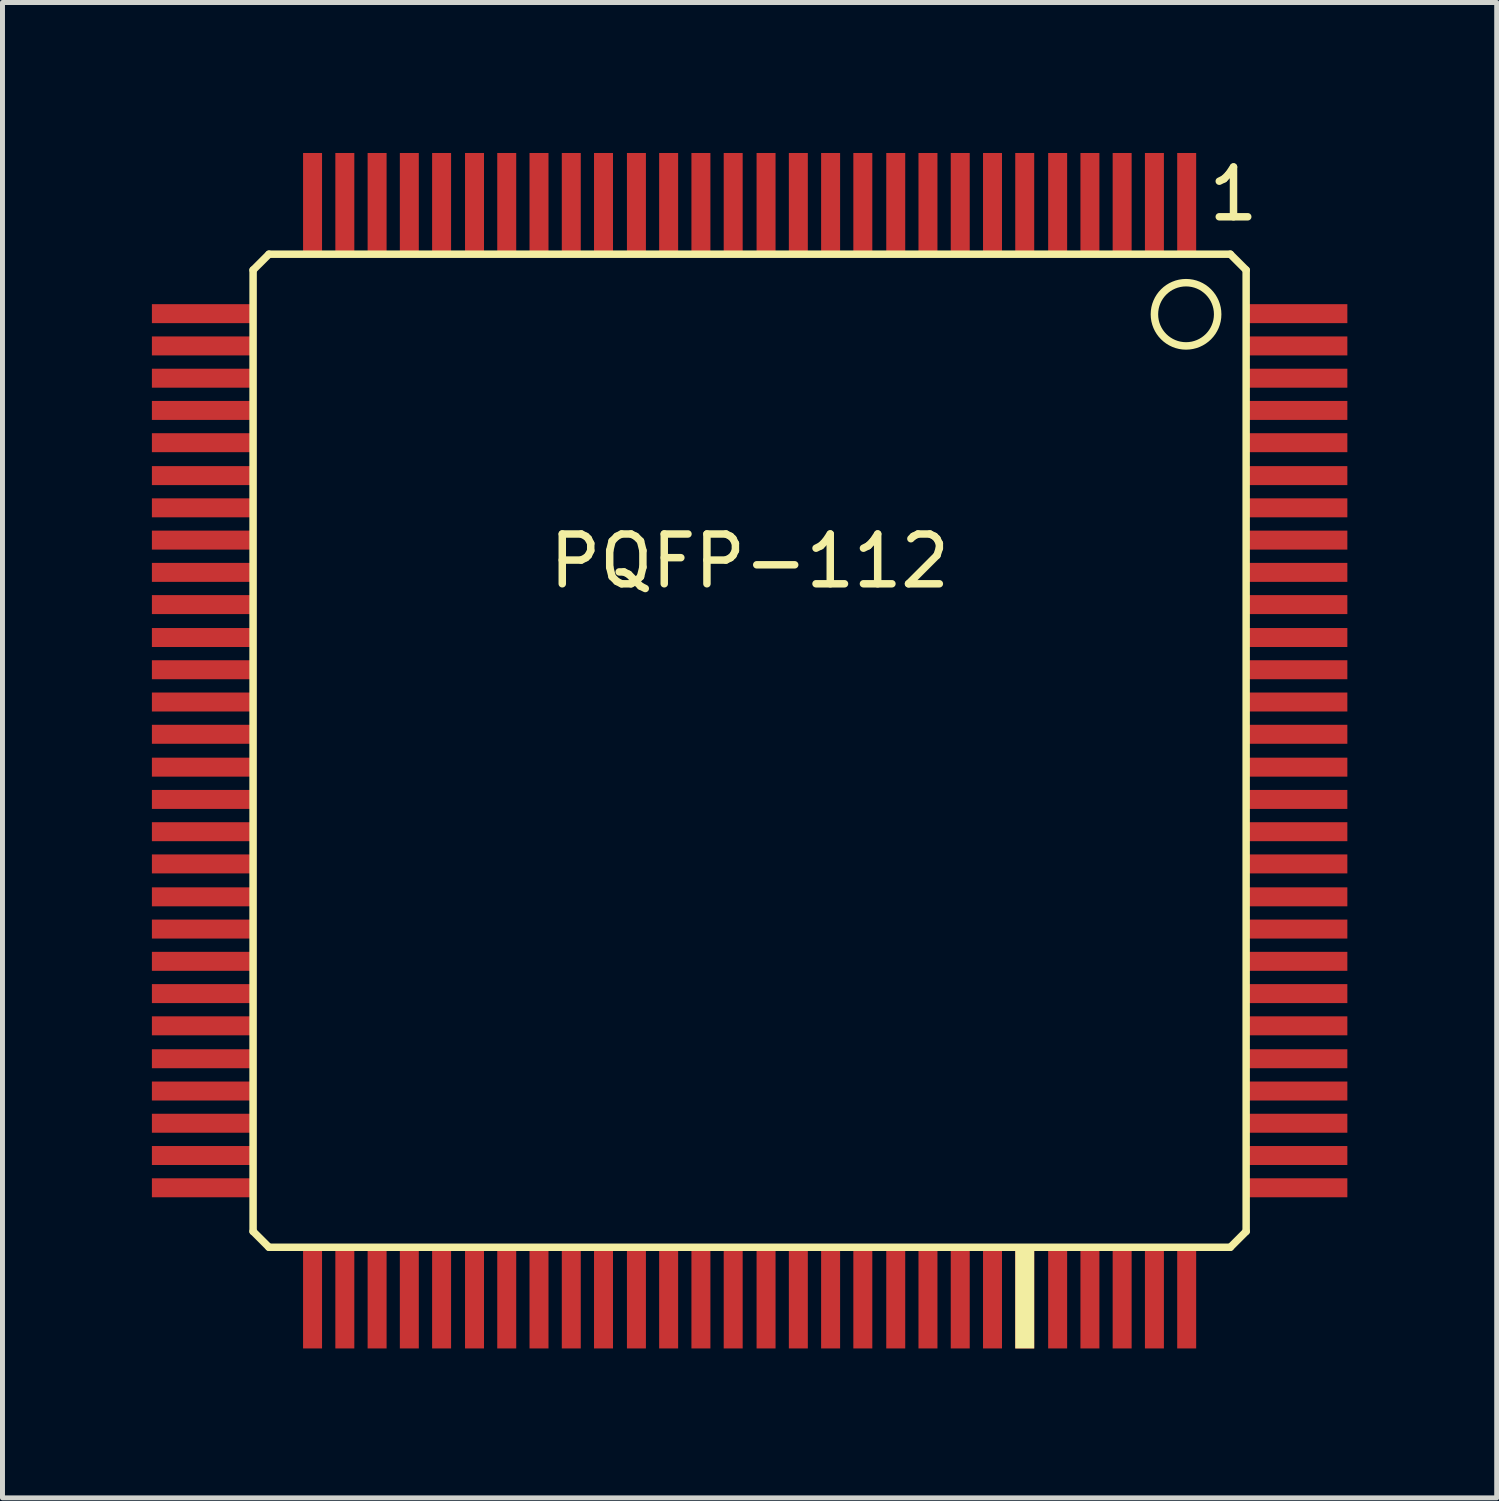
<source format=kicad_pcb>
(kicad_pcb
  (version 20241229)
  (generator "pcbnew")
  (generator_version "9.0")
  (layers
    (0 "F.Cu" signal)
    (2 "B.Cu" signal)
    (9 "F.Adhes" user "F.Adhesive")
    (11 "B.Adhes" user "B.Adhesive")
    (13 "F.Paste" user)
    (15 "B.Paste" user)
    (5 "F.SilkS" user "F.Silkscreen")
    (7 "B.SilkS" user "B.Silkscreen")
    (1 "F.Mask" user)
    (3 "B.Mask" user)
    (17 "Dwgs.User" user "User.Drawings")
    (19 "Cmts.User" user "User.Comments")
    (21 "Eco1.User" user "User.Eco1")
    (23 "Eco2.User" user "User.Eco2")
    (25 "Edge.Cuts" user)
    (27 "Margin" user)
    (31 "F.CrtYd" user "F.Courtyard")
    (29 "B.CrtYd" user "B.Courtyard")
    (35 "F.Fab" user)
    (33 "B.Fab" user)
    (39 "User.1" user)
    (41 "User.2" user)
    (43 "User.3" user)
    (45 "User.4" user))
  (footprint "PQFP-112"
    (layer "F.Cu")
    (at 12.002 12.024)
    (property "Reference" "PQFP-112" (at 0 -3.807 0) (layer "F.SilkS") (effects (font (size 1 1) (thickness 0.15))))
    (attr through_hole)
    (fp_line (start -9.97 -9.652) (end -9.97 9.652) (stroke (width 0.15) (type solid)) (layer "F.SilkS"))
    (fp_line (start -9.97 -9.652) (end -9.652 -9.97) (stroke (width 0.15) (type solid)) (layer "F.SilkS"))
    (fp_line (start -9.97 9.652) (end -9.652 9.97) (stroke (width 0.15) (type solid)) (layer "F.SilkS"))
    (fp_line (start -9.652 -9.97) (end 9.652 -9.97) (stroke (width 0.15) (type solid)) (layer "F.SilkS"))
    (fp_line (start 9.652 9.97) (end -9.652 9.97) (stroke (width 0.15) (type solid)) (layer "F.SilkS"))
    (fp_line (start 9.97 -9.652) (end 9.652 -9.97) (stroke (width 0.15) (type solid)) (layer "F.SilkS"))
    (fp_line (start 9.97 9.652) (end 9.652 9.97) (stroke (width 0.15) (type solid)) (layer "F.SilkS"))
    (fp_line (start 9.97 9.652) (end 9.97 -9.652) (stroke (width 0.15) (type solid)) (layer "F.SilkS"))
    (fp_circle (center 8.763 -8.763) (end 8.763 -8.128) (stroke (width 0.15) (type solid)) (fill no) (layer "F.SilkS"))
    (fp_text user "1" (at 9.716 -11.176 0) (layer "F.SilkS") (effects (font (size 1 1) (thickness 0.15))))
    (pad "1" smd rect (at 8.776 -10.986 90) (size 2.032 0.381) (layers "F.Cu" "F.Mask" "F.Paste"))
    (pad "2" smd rect (at 8.128 -10.986 90) (size 2.032 0.381) (layers "F.Cu" "F.Mask" "F.Paste"))
    (pad "3" smd rect (at 7.48 -10.986 90) (size 2.032 0.381) (layers "F.Cu" "F.Mask" "F.Paste"))
    (pad "4" smd rect (at 6.833 -10.986 90) (size 2.032 0.381) (layers "F.Cu" "F.Mask" "F.Paste"))
    (pad "5" smd rect (at 6.185 -10.986 90) (size 2.032 0.381) (layers "F.Cu" "F.Mask" "F.Paste"))
    (pad "6" smd rect (at 5.524 -10.986 90) (size 2.032 0.381) (layers "F.Cu" "F.Mask" "F.Paste"))
    (pad "7" smd rect (at 4.877 -10.986 90) (size 2.032 0.381) (layers "F.Cu" "F.Mask" "F.Paste"))
    (pad "8" smd rect (at 4.229 -10.986 90) (size 2.032 0.381) (layers "F.Cu" "F.Mask" "F.Paste"))
    (pad "9" smd rect (at 3.581 -10.986 90) (size 2.032 0.381) (layers "F.Cu" "F.Mask" "F.Paste"))
    (pad "10" smd rect (at 2.934 -10.986 90) (size 2.032 0.381) (layers "F.Cu" "F.Mask" "F.Paste"))
    (pad "11" smd rect (at 2.273 -10.986 90) (size 2.032 0.381) (layers "F.Cu" "F.Mask" "F.Paste"))
    (pad "12" smd rect (at 1.626 -10.986 90) (size 2.032 0.381) (layers "F.Cu" "F.Mask" "F.Paste"))
    (pad "13" smd rect (at 0.978 -10.986 90) (size 2.032 0.381) (layers "F.Cu" "F.Mask" "F.Paste"))
    (pad "14" smd rect (at 0.33 -10.986 90) (size 2.032 0.381) (layers "F.Cu" "F.Mask" "F.Paste"))
    (pad "15" smd rect (at -0.33 -10.986 90) (size 2.032 0.381) (layers "F.Cu" "F.Mask" "F.Paste"))
    (pad "16" smd rect (at -0.978 -10.986 90) (size 2.032 0.381) (layers "F.Cu" "F.Mask" "F.Paste"))
    (pad "17" smd rect (at -1.626 -10.986 90) (size 2.032 0.381) (layers "F.Cu" "F.Mask" "F.Paste"))
    (pad "18" smd rect (at -2.273 -10.986 90) (size 2.032 0.381) (layers "F.Cu" "F.Mask" "F.Paste"))
    (pad "19" smd rect (at -2.934 -10.986 90) (size 2.032 0.381) (layers "F.Cu" "F.Mask" "F.Paste"))
    (pad "20" smd rect (at -3.581 -10.986 90) (size 2.032 0.381) (layers "F.Cu" "F.Mask" "F.Paste"))
    (pad "21" smd rect (at -4.229 -10.986 90) (size 2.032 0.381) (layers "F.Cu" "F.Mask" "F.Paste"))
    (pad "22" smd rect (at -4.877 -10.986 90) (size 2.032 0.381) (layers "F.Cu" "F.Mask" "F.Paste"))
    (pad "23" smd rect (at -5.524 -10.986 90) (size 2.032 0.381) (layers "F.Cu" "F.Mask" "F.Paste"))
    (pad "24" smd rect (at -6.185 -10.986 90) (size 2.032 0.381) (layers "F.Cu" "F.Mask" "F.Paste"))
    (pad "25" smd rect (at -6.833 -10.986 90) (size 2.032 0.381) (layers "F.Cu" "F.Mask" "F.Paste"))
    (pad "26" smd rect (at -7.48 -10.986 90) (size 2.032 0.381) (layers "F.Cu" "F.Mask" "F.Paste"))
    (pad "27" smd rect (at -8.128 -10.986 90) (size 2.032 0.381) (layers "F.Cu" "F.Mask" "F.Paste"))
    (pad "28" smd rect (at -8.776 -10.986 90) (size 2.032 0.381) (layers "F.Cu" "F.Mask" "F.Paste"))
    (pad "29" smd rect (at -10.986 -8.776) (size 2.032 0.381) (layers "F.Cu" "F.Mask" "F.Paste"))
    (pad "30" smd rect (at -10.986 -8.128) (size 2.032 0.381) (layers "F.Cu" "F.Mask" "F.Paste"))
    (pad "31" smd rect (at -10.986 -7.48) (size 2.032 0.381) (layers "F.Cu" "F.Mask" "F.Paste"))
    (pad "32" smd rect (at -10.986 -6.833) (size 2.032 0.381) (layers "F.Cu" "F.Mask" "F.Paste"))
    (pad "33" smd rect (at -10.986 -6.185) (size 2.032 0.381) (layers "F.Cu" "F.Mask" "F.Paste"))
    (pad "34" smd rect (at -10.986 -5.524) (size 2.032 0.381) (layers "F.Cu" "F.Mask" "F.Paste"))
    (pad "35" smd rect (at -10.986 -4.877) (size 2.032 0.381) (layers "F.Cu" "F.Mask" "F.Paste"))
    (pad "36" smd rect (at -10.986 -4.229) (size 2.032 0.381) (layers "F.Cu" "F.Mask" "F.Paste"))
    (pad "37" smd rect (at -10.986 -3.581) (size 2.032 0.381) (layers "F.Cu" "F.Mask" "F.Paste"))
    (pad "38" smd rect (at -10.986 -2.934) (size 2.032 0.381) (layers "F.Cu" "F.Mask" "F.Paste"))
    (pad "39" smd rect (at -10.986 -2.273) (size 2.032 0.381) (layers "F.Cu" "F.Mask" "F.Paste"))
    (pad "40" smd rect (at -10.986 -1.626) (size 2.032 0.381) (layers "F.Cu" "F.Mask" "F.Paste"))
    (pad "41" smd rect (at -10.986 -0.978) (size 2.032 0.381) (layers "F.Cu" "F.Mask" "F.Paste"))
    (pad "42" smd rect (at -10.986 -0.33) (size 2.032 0.381) (layers "F.Cu" "F.Mask" "F.Paste"))
    (pad "43" smd rect (at -10.986 0.33) (size 2.032 0.381) (layers "F.Cu" "F.Mask" "F.Paste"))
    (pad "44" smd rect (at -10.986 0.978) (size 2.032 0.381) (layers "F.Cu" "F.Mask" "F.Paste"))
    (pad "45" smd rect (at -10.986 1.626) (size 2.032 0.381) (layers "F.Cu" "F.Mask" "F.Paste"))
    (pad "46" smd rect (at -10.986 2.273) (size 2.032 0.381) (layers "F.Cu" "F.Mask" "F.Paste"))
    (pad "47" smd rect (at -10.986 2.934) (size 2.032 0.381) (layers "F.Cu" "F.Mask" "F.Paste"))
    (pad "48" smd rect (at -10.986 3.581) (size 2.032 0.381) (layers "F.Cu" "F.Mask" "F.Paste"))
    (pad "49" smd rect (at -10.986 4.229) (size 2.032 0.381) (layers "F.Cu" "F.Mask" "F.Paste"))
    (pad "50" smd rect (at -10.986 4.877) (size 2.032 0.381) (layers "F.Cu" "F.Mask" "F.Paste"))
    (pad "51" smd rect (at -10.986 5.524) (size 2.032 0.381) (layers "F.Cu" "F.Mask" "F.Paste"))
    (pad "52" smd rect (at -10.986 6.185) (size 2.032 0.381) (layers "F.Cu" "F.Mask" "F.Paste"))
    (pad "53" smd rect (at -10.986 6.833) (size 2.032 0.381) (layers "F.Cu" "F.Mask" "F.Paste"))
    (pad "54" smd rect (at -10.986 7.48) (size 2.032 0.381) (layers "F.Cu" "F.Mask" "F.Paste"))
    (pad "55" smd rect (at -10.986 8.128) (size 2.032 0.381) (layers "F.Cu" "F.Mask" "F.Paste"))
    (pad "56" smd rect (at -10.986 8.776) (size 2.032 0.381) (layers "F.Cu" "F.Mask" "F.Paste"))
    (pad "57" smd rect (at -8.776 10.986 90) (size 2.032 0.381) (layers "F.Cu" "F.Mask" "F.Paste"))
    (pad "58" smd rect (at -8.128 10.986 90) (size 2.032 0.381) (layers "F.Cu" "F.Mask" "F.Paste"))
    (pad "59" smd rect (at -7.48 10.986 90) (size 2.032 0.381) (layers "F.Cu" "F.Mask" "F.Paste"))
    (pad "60" smd rect (at -6.833 10.986 90) (size 2.032 0.381) (layers "F.Cu" "F.Mask" "F.Paste"))
    (pad "61" smd rect (at -6.185 10.986 90) (size 2.032 0.381) (layers "F.Cu" "F.Mask" "F.Paste"))
    (pad "62" smd rect (at -5.524 10.986 90) (size 2.032 0.381) (layers "F.Cu" "F.Mask" "F.Paste"))
    (pad "63" smd rect (at -4.877 10.986 90) (size 2.032 0.381) (layers "F.Cu" "F.Mask" "F.Paste"))
    (pad "64" smd rect (at -4.229 10.986 90) (size 2.032 0.381) (layers "F.Cu" "F.Mask" "F.Paste"))
    (pad "65" smd rect (at -3.581 10.986 90) (size 2.032 0.381) (layers "F.Cu" "F.Mask" "F.Paste"))
    (pad "66" smd rect (at -2.934 10.986 90) (size 2.032 0.381) (layers "F.Cu" "F.Mask" "F.Paste"))
    (pad "67" smd rect (at -2.273 10.986 90) (size 2.032 0.381) (layers "F.Cu" "F.Mask" "F.Paste"))
    (pad "68" smd rect (at -1.626 10.986 90) (size 2.032 0.381) (layers "F.Cu" "F.Mask" "F.Paste"))
    (pad "69" smd rect (at -0.978 10.986 90) (size 2.032 0.381) (layers "F.Cu" "F.Mask" "F.Paste"))
    (pad "70" smd rect (at -0.33 10.986 90) (size 2.032 0.381) (layers "F.Cu" "F.Mask" "F.Paste"))
    (pad "71" smd rect (at 0.33 10.986 90) (size 2.032 0.381) (layers "F.Cu" "F.Mask" "F.Paste"))
    (pad "72" smd rect (at 0.978 10.986 90) (size 2.032 0.381) (layers "F.Cu" "F.Mask" "F.Paste"))
    (pad "73" smd rect (at 1.626 10.986 90) (size 2.032 0.381) (layers "F.Cu" "F.Mask" "F.Paste"))
    (pad "74" smd rect (at 2.273 10.986 90) (size 2.032 0.381) (layers "F.Cu" "F.Mask" "F.Paste"))
    (pad "75" smd rect (at 2.934 10.986 90) (size 2.032 0.381) (layers "F.Cu" "F.Mask" "F.Paste"))
    (pad "76" smd rect (at 3.581 10.986 90) (size 2.032 0.381) (layers "F.Cu" "F.Mask" "F.Paste"))
    (pad "77" smd rect (at 4.229 10.986 90) (size 2.032 0.381) (layers "F.Cu" "F.Mask" "F.Paste"))
    (pad "78" smd rect (at 4.877 10.986 90) (size 2.032 0.381) (layers "F.Cu" "F.Mask" "F.Paste"))
    (pad "79" smd rect (at 5.524 10.986 90) (size 2.032 0.381) (layers "F.Cu" "F.Mask" "F.SilkS" "F.Paste"))
    (pad "80" smd rect (at 6.185 10.986 90) (size 2.032 0.381) (layers "F.Cu" "F.Mask" "F.Paste"))
    (pad "81" smd rect (at 6.833 10.986 90) (size 2.032 0.381) (layers "F.Cu" "F.Mask" "F.Paste"))
    (pad "82" smd rect (at 7.48 10.986 90) (size 2.032 0.381) (layers "F.Cu" "F.Mask" "F.Paste"))
    (pad "83" smd rect (at 8.128 10.986 90) (size 2.032 0.381) (layers "F.Cu" "F.Mask" "F.Paste"))
    (pad "84" smd rect (at 8.776 10.986 90) (size 2.032 0.381) (layers "F.Cu" "F.Mask" "F.Paste"))
    (pad "85" smd rect (at 10.986 8.776) (size 2.032 0.381) (layers "F.Cu" "F.Mask" "F.Paste"))
    (pad "86" smd rect (at 10.986 8.128) (size 2.032 0.381) (layers "F.Cu" "F.Mask" "F.Paste"))
    (pad "87" smd rect (at 10.986 7.48) (size 2.032 0.381) (layers "F.Cu" "F.Mask" "F.Paste"))
    (pad "88" smd rect (at 10.986 6.833) (size 2.032 0.381) (layers "F.Cu" "F.Mask" "F.Paste"))
    (pad "89" smd rect (at 10.986 6.185) (size 2.032 0.381) (layers "F.Cu" "F.Mask" "F.Paste"))
    (pad "90" smd rect (at 10.986 5.524) (size 2.032 0.381) (layers "F.Cu" "F.Mask" "F.Paste"))
    (pad "91" smd rect (at 10.986 4.877) (size 2.032 0.381) (layers "F.Cu" "F.Mask" "F.Paste"))
    (pad "92" smd rect (at 10.986 4.229) (size 2.032 0.381) (layers "F.Cu" "F.Mask" "F.Paste"))
    (pad "93" smd rect (at 10.986 3.581) (size 2.032 0.381) (layers "F.Cu" "F.Mask" "F.Paste"))
    (pad "94" smd rect (at 10.986 2.934) (size 2.032 0.381) (layers "F.Cu" "F.Mask" "F.Paste"))
    (pad "95" smd rect (at 10.986 2.273) (size 2.032 0.381) (layers "F.Cu" "F.Mask" "F.Paste"))
    (pad "96" smd rect (at 10.986 1.626) (size 2.032 0.381) (layers "F.Cu" "F.Mask" "F.Paste"))
    (pad "97" smd rect (at 10.986 0.978) (size 2.032 0.381) (layers "F.Cu" "F.Mask" "F.Paste"))
    (pad "98" smd rect (at 10.986 0.33) (size 2.032 0.381) (layers "F.Cu" "F.Mask" "F.Paste"))
    (pad "99" smd rect (at 10.986 -0.33) (size 2.032 0.381) (layers "F.Cu" "F.Mask" "F.Paste"))
    (pad "100" smd rect (at 10.986 -0.978) (size 2.032 0.381) (layers "F.Cu" "F.Mask" "F.Paste"))
    (pad "101" smd rect (at 10.986 -1.626) (size 2.032 0.381) (layers "F.Cu" "F.Mask" "F.Paste"))
    (pad "102" smd rect (at 10.986 -2.273) (size 2.032 0.381) (layers "F.Cu" "F.Mask" "F.Paste"))
    (pad "103" smd rect (at 10.986 -2.934) (size 2.032 0.381) (layers "F.Cu" "F.Mask" "F.Paste"))
    (pad "104" smd rect (at 10.986 -3.581) (size 2.032 0.381) (layers "F.Cu" "F.Mask" "F.Paste"))
    (pad "105" smd rect (at 10.986 -4.229) (size 2.032 0.381) (layers "F.Cu" "F.Mask" "F.Paste"))
    (pad "106" smd rect (at 10.986 -4.877) (size 2.032 0.381) (layers "F.Cu" "F.Mask" "F.Paste"))
    (pad "107" smd rect (at 10.986 -5.524) (size 2.032 0.381) (layers "F.Cu" "F.Mask" "F.Paste"))
    (pad "108" smd rect (at 10.986 -6.185) (size 2.032 0.381) (layers "F.Cu" "F.Mask" "F.Paste"))
    (pad "109" smd rect (at 10.986 -6.833) (size 2.032 0.381) (layers "F.Cu" "F.Mask" "F.Paste"))
    (pad "110" smd rect (at 10.986 -7.48) (size 2.032 0.381) (layers "F.Cu" "F.Mask" "F.Paste"))
    (pad "111" smd rect (at 10.986 -8.128) (size 2.032 0.381) (layers "F.Cu" "F.Mask" "F.Paste"))
    (pad "112" smd rect (at 10.986 -8.776) (size 2.032 0.381) (layers "F.Cu" "F.Mask" "F.Paste")))
  (gr_rect
    (start -3 -3)
    (end 27.003 27.026)
    (stroke (width 0.1) (type default))
    (fill no)
    (layer "Edge.Cuts")))
</source>
